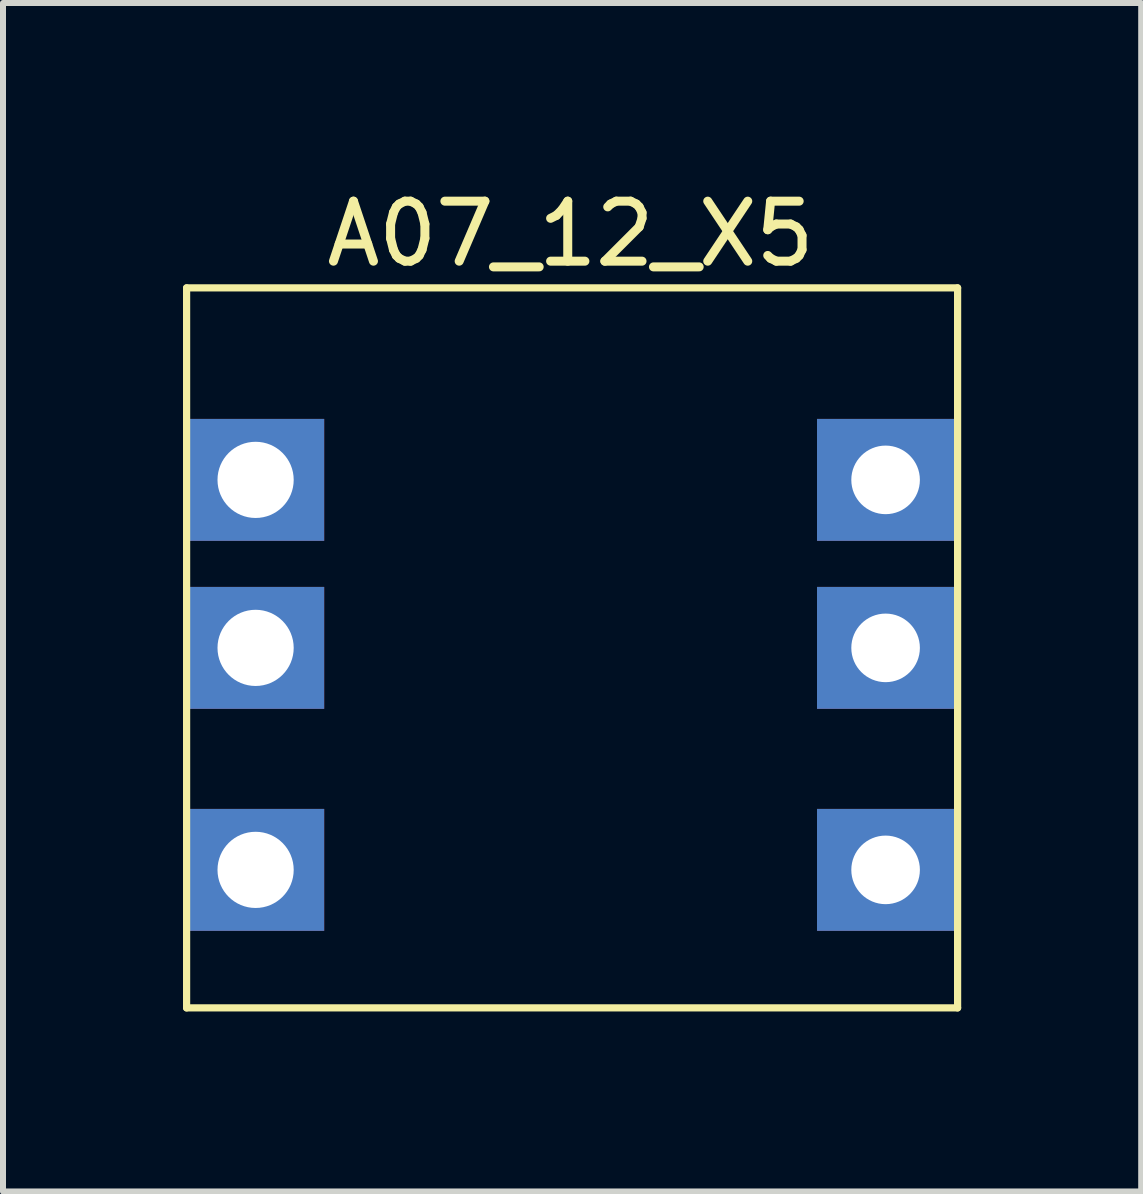
<source format=kicad_pcb>
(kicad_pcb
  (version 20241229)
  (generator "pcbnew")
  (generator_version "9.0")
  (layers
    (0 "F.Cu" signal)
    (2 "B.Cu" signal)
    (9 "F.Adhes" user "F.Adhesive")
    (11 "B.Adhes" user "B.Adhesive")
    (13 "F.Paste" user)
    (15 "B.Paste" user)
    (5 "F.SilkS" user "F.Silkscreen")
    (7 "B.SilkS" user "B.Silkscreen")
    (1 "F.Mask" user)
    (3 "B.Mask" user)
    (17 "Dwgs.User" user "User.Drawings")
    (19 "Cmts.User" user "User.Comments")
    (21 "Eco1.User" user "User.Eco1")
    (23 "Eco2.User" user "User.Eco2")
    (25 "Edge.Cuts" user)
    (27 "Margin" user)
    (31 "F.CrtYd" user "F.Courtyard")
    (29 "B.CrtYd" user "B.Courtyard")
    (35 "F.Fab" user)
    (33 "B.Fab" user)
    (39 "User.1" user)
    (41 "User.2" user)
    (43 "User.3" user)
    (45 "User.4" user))
  (footprint "A07_12_X5"
    (layer "F.Cu")
    (at 6.46 7.748)
    (property "Reference" "A07_12_X5" (at 0 -6.9 0) (unlocked yes) (layer "F.SilkS") (effects (font (size 1 1) (thickness 0.15))))
    (attr through_hole)
    (fp_line (start -6.4 -6) (end -6.4 6) (stroke (width 0.12) (type solid)) (layer "F.SilkS"))
    (fp_line (start -6.4 6) (end 6.45 6) (stroke (width 0.12) (type solid)) (layer "F.SilkS"))
    (fp_line (start 6.45 -6) (end -6.4 -6) (stroke (width 0.12) (type solid)) (layer "F.SilkS"))
    (fp_line (start 6.45 6) (end 6.45 -6) (stroke (width 0.12) (type solid)) (layer "F.SilkS"))
    (pad "1" thru_hole rect (at -5.25 -2.8) (size 2.286 2.032) (drill 1.27) (layers "*.Cu" "*.Mask"))
    (pad "2" thru_hole rect (at -5.25 0) (size 2.286 2.032) (drill 1.27) (layers "*.Cu" "*.Mask"))
    (pad "3" thru_hole rect (at -5.25 3.7) (size 2.286 2.032) (drill 1.27) (layers "*.Cu" "*.Mask"))
    (pad "4" thru_hole rect (at 5.25 -2.8) (size 2.286 2.032) (drill 1.143) (layers "*.Cu" "*.Mask"))
    (pad "5" thru_hole rect (at 5.25 0) (size 2.286 2.032) (drill 1.143) (layers "*.Cu" "*.Mask"))
    (pad "6" thru_hole rect (at 5.25 3.7) (size 2.286 2.032) (drill 1.143) (layers "*.Cu" "*.Mask")))
  (gr_rect
    (start -3 -3)
    (end 15.97 16.808)
    (stroke (width 0.1) (type default))
    (fill no)
    (layer "Edge.Cuts")))
</source>
